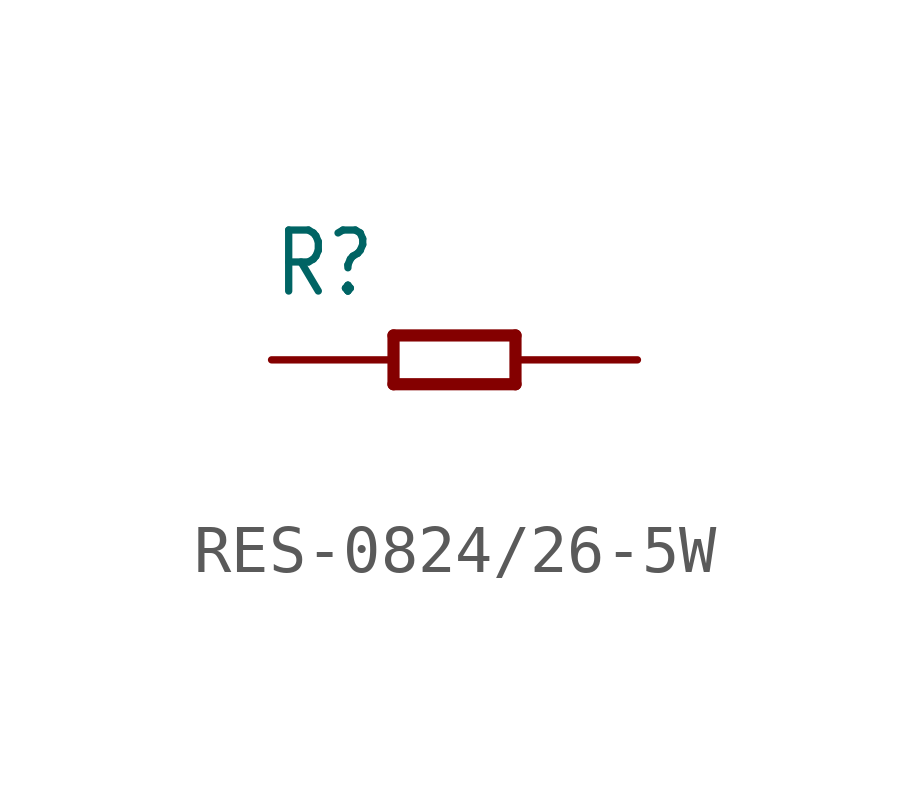
<source format=kicad_sym>
(kicad_symbol_lib
  (version 20220914)
  (generator kicad_symbol_editor)
  (symbol "RES-0824/26-5W"
    (property "Reference" "R"
      (at -3.81 1.27 0)
      (effects (font (size 1.27 1.079)) (justify left bottom)))
    (property "Value" ""
      (at -3.81 -2.54 0)
      (effects (font (size 1.27 1.079)) (justify left bottom)))
    (property "ki_locked" ""
      (at 0 0 0)
      (effects (font (size 1.27 1.27))))
    (symbol "RES-0824/26-5W_1_0"
      (polyline (pts (xy -1.27 -0.508) (xy -1.27 0.508)) (stroke (width 0.254) (type solid)) (fill (type none)))
      (polyline (pts (xy -1.27 0.508) (xy 1.27 0.508)) (stroke (width 0.254) (type solid)) (fill (type none)))
      (polyline (pts (xy 1.27 -0.508) (xy -1.27 -0.508)) (stroke (width 0.254) (type solid)) (fill (type none)))
      (polyline (pts (xy 1.27 0.508) (xy 1.27 -0.508)) (stroke (width 0.254) (type solid)) (fill (type none)))
      (pin passive line (at -3.81 0 0) (length 2.54) (name "1" (effects (font (size 0 0)))) (number "1" (effects (font (size 0 0)))))
      (pin passive line (at 3.81 0 180) (length 2.54) (name "2" (effects (font (size 0 0)))) (number "2" (effects (font (size 0 0))))))))
</source>
